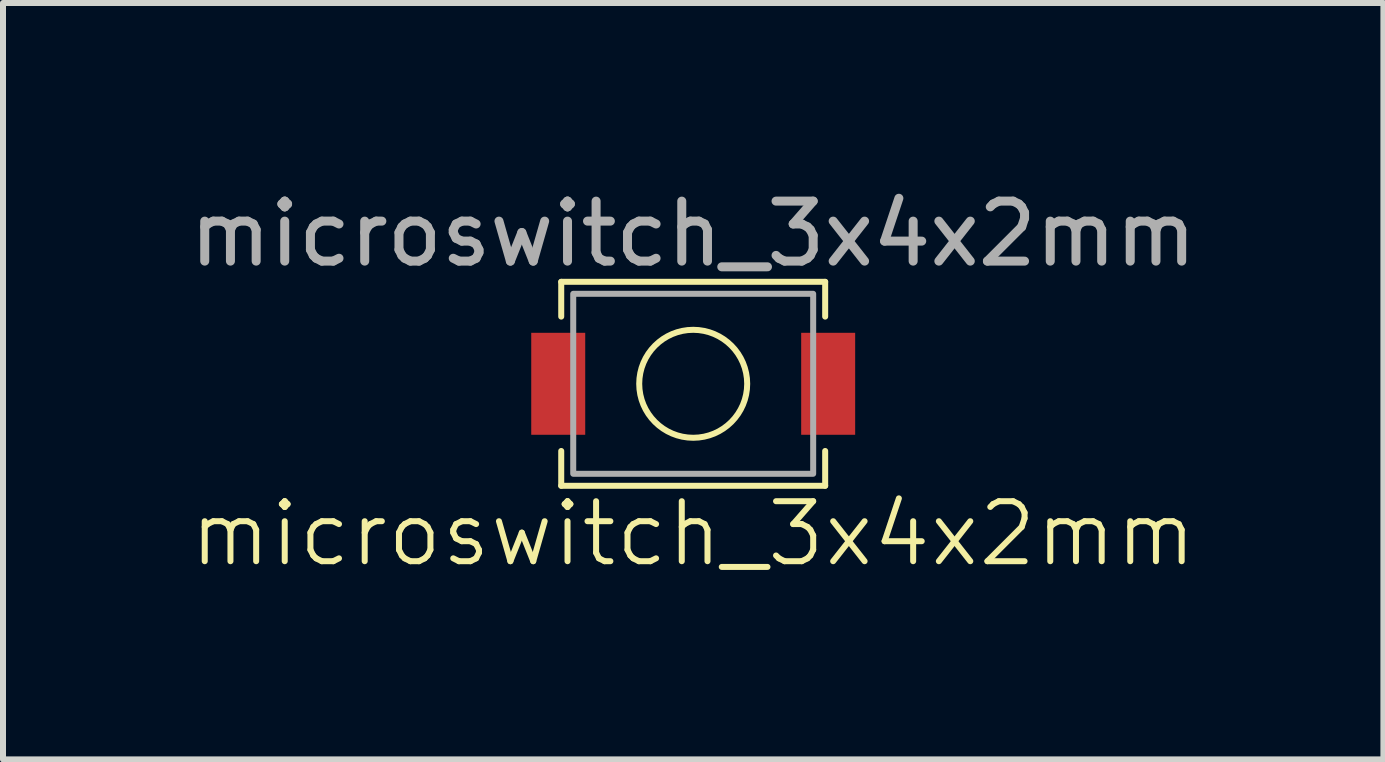
<source format=kicad_pcb>
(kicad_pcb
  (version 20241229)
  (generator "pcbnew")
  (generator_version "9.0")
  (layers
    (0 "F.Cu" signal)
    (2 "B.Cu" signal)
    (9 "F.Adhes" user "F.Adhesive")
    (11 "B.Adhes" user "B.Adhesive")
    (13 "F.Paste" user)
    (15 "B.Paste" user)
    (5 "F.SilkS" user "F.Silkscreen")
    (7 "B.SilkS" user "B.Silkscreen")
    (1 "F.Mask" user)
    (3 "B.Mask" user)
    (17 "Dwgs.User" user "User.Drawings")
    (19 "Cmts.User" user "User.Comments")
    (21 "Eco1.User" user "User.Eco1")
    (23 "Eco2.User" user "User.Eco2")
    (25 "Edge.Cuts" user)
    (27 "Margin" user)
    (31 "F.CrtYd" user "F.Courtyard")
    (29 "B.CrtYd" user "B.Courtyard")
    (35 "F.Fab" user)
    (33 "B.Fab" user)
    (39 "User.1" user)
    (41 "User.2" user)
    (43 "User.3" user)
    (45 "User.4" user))
  (footprint "microswitch_3x4x2mm"
    (layer "F.Cu")
    (at 8.506 3.348)
    (property "Reference" "microswitch_3x4x2mm" (at 0 2.5 0) (unlocked yes) (layer "F.SilkS") (effects (font (size 1 1) (thickness 0.1))))
    (attr smd)
    (fp_line (start -2.2 -1.7) (end -2.2 -1.12) (stroke (width 0.1) (type default)) (layer "F.SilkS"))
    (fp_line (start -2.2 1.7) (end -2.2 1.12) (stroke (width 0.1) (type default)) (layer "F.SilkS"))
    (fp_line (start -2.2 1.7) (end 2.2 1.7) (stroke (width 0.1) (type default)) (layer "F.SilkS"))
    (fp_line (start 2.2 -1.7) (end -2.2 -1.7) (stroke (width 0.1) (type default)) (layer "F.SilkS"))
    (fp_line (start 2.2 -1.7) (end 2.2 -1.12) (stroke (width 0.1) (type default)) (layer "F.SilkS"))
    (fp_line (start 2.2 1.7) (end 2.2 1.12) (stroke (width 0.1) (type default)) (layer "F.SilkS"))
    (fp_circle (center 0 0) (end 0.9 0) (stroke (width 0.1) (type default)) (fill no) (layer "F.SilkS"))
    (fp_rect (start -2 -1.5) (end 2 1.5) (stroke (width 0.1) (type default)) (fill no) (layer "F.Fab"))
    (fp_text user "${REFERENCE}" (at 0 -2.5 0) (unlocked yes) (layer "F.Fab") (effects (font (size 1 1) (thickness 0.15))))
    (pad "1" smd rect (at -2.25 0) (size 0.9 1.7) (layers "F.Cu" "F.Mask" "F.Paste"))
    (pad "2" smd rect (at 2.25 0) (size 0.9 1.7) (layers "F.Cu" "F.Mask" "F.Paste")))
  (gr_rect
    (start -3 -3)
    (end 20.012 9.609)
    (stroke (width 0.1) (type default))
    (fill no)
    (layer "Edge.Cuts")))
</source>
